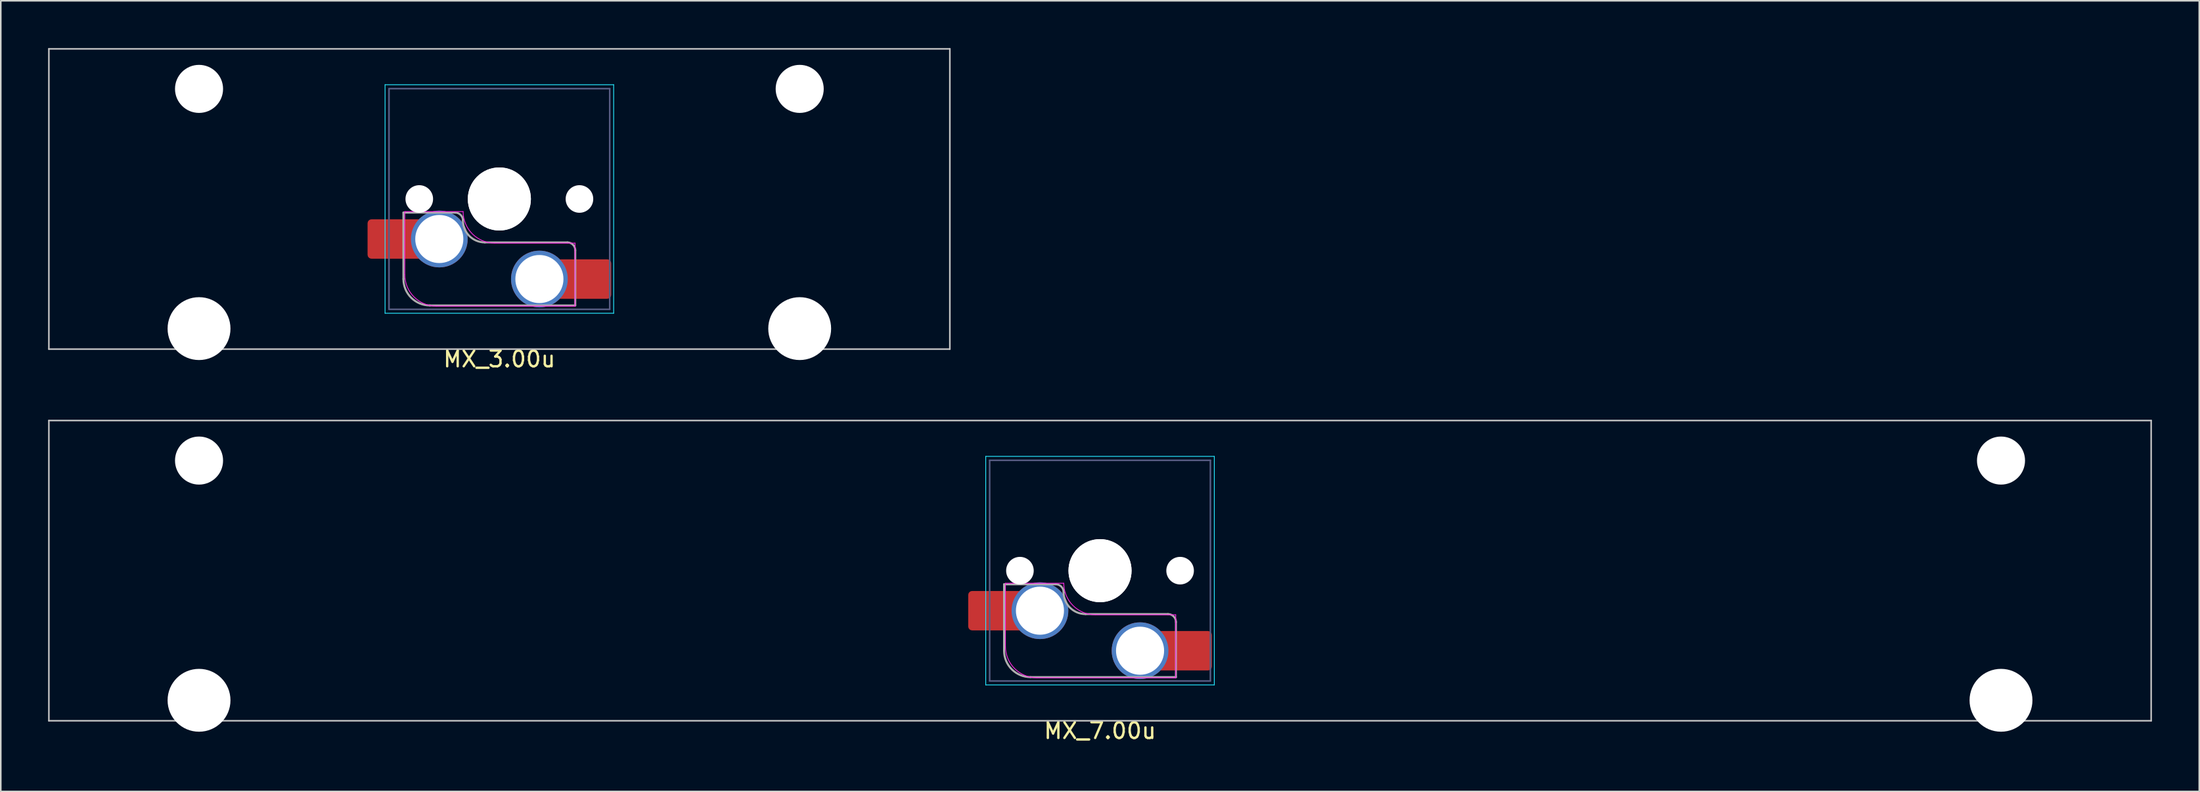
<source format=kicad_pcb>
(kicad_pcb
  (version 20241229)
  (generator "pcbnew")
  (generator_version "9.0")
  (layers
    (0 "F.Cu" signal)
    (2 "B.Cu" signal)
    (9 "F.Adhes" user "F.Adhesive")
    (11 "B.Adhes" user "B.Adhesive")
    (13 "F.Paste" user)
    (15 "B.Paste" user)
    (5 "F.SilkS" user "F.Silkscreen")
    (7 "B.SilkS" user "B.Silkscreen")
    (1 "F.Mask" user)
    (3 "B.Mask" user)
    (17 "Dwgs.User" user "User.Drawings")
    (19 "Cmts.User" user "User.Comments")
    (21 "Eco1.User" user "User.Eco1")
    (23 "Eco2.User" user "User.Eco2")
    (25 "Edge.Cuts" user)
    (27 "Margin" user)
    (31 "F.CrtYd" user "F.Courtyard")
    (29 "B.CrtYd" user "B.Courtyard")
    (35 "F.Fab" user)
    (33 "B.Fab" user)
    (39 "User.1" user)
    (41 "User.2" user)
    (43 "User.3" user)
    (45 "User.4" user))
  (footprint "MX_7.00u"
    (layer "F.Cu")
    (at 66.09 36.968)
    (property "Reference" "MX_7.00u" (at 0.635 6.35 0) (layer "F.SilkS") (effects (font (size 1 1) (thickness 0.15))))
    (attr smd)
    (fp_line (start -66.04 -13.335) (end -66.04 5.715) (stroke (width 0.1) (type solid)) (layer "Dwgs.User"))
    (fp_line (start -66.04 5.715) (end 67.31 5.715) (stroke (width 0.1) (type solid)) (layer "Dwgs.User"))
    (fp_line (start 67.31 -13.335) (end -66.04 -13.335) (stroke (width 0.1) (type solid)) (layer "Dwgs.User"))
    (fp_line (start 67.31 5.715) (end 67.31 -13.335) (stroke (width 0.1) (type solid)) (layer "Dwgs.User"))
    (fp_line (start -59.89 -9.34) (end -59.89 2.96) (stroke (width 0.1) (type solid)) (layer "Eco1.User"))
    (fp_line (start -59.89 2.96) (end -53.14 2.96) (stroke (width 0.1) (type solid)) (layer "Eco1.User"))
    (fp_line (start -53.14 -9.34) (end -59.89 -9.34) (stroke (width 0.1) (type solid)) (layer "Eco1.User"))
    (fp_line (start -53.14 2.96) (end -53.14 -9.34) (stroke (width 0.1) (type solid)) (layer "Eco1.User"))
    (fp_line (start 54.41 -9.34) (end 54.41 2.96) (stroke (width 0.1) (type solid)) (layer "Eco1.User"))
    (fp_line (start 54.41 2.96) (end 61.16 2.96) (stroke (width 0.1) (type solid)) (layer "Eco1.User"))
    (fp_line (start 61.16 -9.34) (end 54.41 -9.34) (stroke (width 0.1) (type solid)) (layer "Eco1.User"))
    (fp_line (start 61.16 2.96) (end 61.16 -9.34) (stroke (width 0.1) (type solid)) (layer "Eco1.User"))
    (fp_line (start -6.615 -11.06) (end -6.615 3.44) (stroke (width 0.05) (type solid)) (layer "B.CrtYd"))
    (fp_line (start -6.615 3.44) (end 7.885 3.44) (stroke (width 0.05) (type solid)) (layer "B.CrtYd"))
    (fp_line (start 7.885 -11.06) (end -6.615 -11.06) (stroke (width 0.05) (type solid)) (layer "B.CrtYd"))
    (fp_line (start 7.885 3.44) (end 7.885 -11.06) (stroke (width 0.05) (type solid)) (layer "B.CrtYd"))
    (fp_line (start -5.365 0.99) (end -5.365 -3.01) (stroke (width 0.05) (type solid)) (layer "F.CrtYd"))
    (fp_line (start -1.665 -3.01) (end -5.365 -3.01) (stroke (width 0.05) (type solid)) (layer "F.CrtYd"))
    (fp_line (start 5.435 -1.01) (end 0.335 -1.01) (stroke (width 0.05) (type solid)) (layer "F.CrtYd"))
    (fp_line (start 5.435 -1.01) (end 5.435 2.99) (stroke (width 0.05) (type solid)) (layer "F.CrtYd"))
    (fp_line (start 5.435 2.99) (end -3.365 2.99) (stroke (width 0.05) (type solid)) (layer "F.CrtYd"))
    (fp_arc (start -3.365 2.99) (mid -4.779214 2.404214) (end -5.365 0.99) (stroke (width 0.05) (type solid)) (layer "F.CrtYd"))
    (fp_arc (start 0.335 -1.01) (mid -1.079214 -1.595786) (end -1.665 -3.01) (stroke (width 0.05) (type solid)) (layer "F.CrtYd"))
    (fp_line (start -6.365 -10.81) (end -6.365 3.19) (stroke (width 0.1) (type solid)) (layer "B.Fab"))
    (fp_line (start -6.365 3.19) (end 7.635 3.19) (stroke (width 0.1) (type solid)) (layer "B.Fab"))
    (fp_line (start 7.635 -10.81) (end -6.365 -10.81) (stroke (width 0.1) (type solid)) (layer "B.Fab"))
    (fp_line (start 7.635 3.19) (end 7.635 -10.81) (stroke (width 0.1) (type solid)) (layer "B.Fab"))
    (fp_line (start -5.45 -2.945) (end -2.175 -2.945) (stroke (width 0.127) (type solid)) (layer "F.Fab"))
    (fp_line (start -5.45 1.27) (end -5.45 -2.945) (stroke (width 0.127) (type solid)) (layer "F.Fab"))
    (fp_line (start -0.285 -1.055) (end 4.95 -1.055) (stroke (width 0.127) (type solid)) (layer "F.Fab"))
    (fp_line (start 5.45 -0.555) (end 5.45 2.945) (stroke (width 0.127) (type solid)) (layer "F.Fab"))
    (fp_line (start 5.45 2.945) (end -3.775 2.945) (stroke (width 0.127) (type solid)) (layer "F.Fab"))
    (fp_arc (start -3.775 2.945) (mid -4.959404 2.454404) (end -5.45 1.27) (stroke (width 0.127) (type solid)) (layer "F.Fab"))
    (fp_arc (start -2.175 -2.945) (mid -1.821447 -2.798553) (end -1.675 -2.445) (stroke (width 0.127) (type solid)) (layer "F.Fab"))
    (fp_arc (start -0.285 -1.055) (mid -1.267878 -1.462122) (end -1.675 -2.445) (stroke (width 0.127) (type solid)) (layer "F.Fab"))
    (fp_arc (start 4.95 -1.055) (mid 5.303553 -0.908553) (end 5.45 -0.555) (stroke (width 0.127) (type solid)) (layer "F.Fab"))
    (pad "" np_thru_hole circle (at -56.515 -10.795) (size 3.048 3.048) (drill 3.048) (layers "*.Cu" "*.Mask"))
    (pad "" np_thru_hole circle (at -56.515 4.415) (size 3.988 3.988) (drill 3.988) (layers "*.Cu" "*.Mask"))
    (pad "" np_thru_hole circle (at -4.445 -3.81 180) (size 1.75 1.75) (drill 1.75) (layers "*.Cu" "*.Mask"))
    (pad "" np_thru_hole circle (at 0.635 -3.81 180) (size 4 4) (drill 4) (layers "*.Cu" "*.Mask"))
    (pad "" np_thru_hole circle (at 0.635 -3.81 180) (size 4 4) (drill 4) (layers "*.Cu" "*.Mask"))
    (pad "" np_thru_hole circle (at 5.715 -3.81 180) (size 1.75 1.75) (drill 1.75) (layers "*.Cu" "*.Mask"))
    (pad "" np_thru_hole circle (at 57.785 -10.795) (size 3.048 3.048) (drill 3.048) (layers "*.Cu" "*.Mask"))
    (pad "" np_thru_hole circle (at 57.785 4.415) (size 3.988 3.988) (drill 3.988) (layers "*.Cu" "*.Mask"))
    (pad "1" smd roundrect (at -5.95 -1.27 180) (size 3.55 2.5) (layers "F.Cu") (roundrect_rratio 0.1))
    (pad "1" thru_hole circle (at -3.175 -1.27 180) (size 3.6 3.6) (drill 3.05) (layers "*.Cu" "*.Mask"))
    (pad "2" thru_hole circle (at 3.175 1.27 180) (size 3.6 3.6) (drill 3.05) (layers "*.Cu" "*.Mask"))
    (pad "2" smd roundrect (at 5.955 1.27 180) (size 3.55 2.5) (layers "F.Cu") (roundrect_rratio 0.1)))
  (footprint "MX_3.00u"
    (layer "F.Cu")
    (at 27.99 13.385)
    (property "Reference" "MX_3.00u" (at 0.635 6.35 0) (layer "F.SilkS") (effects (font (size 1 1) (thickness 0.15))))
    (attr smd)
    (fp_line (start -27.94 -13.335) (end -27.94 5.715) (stroke (width 0.1) (type solid)) (layer "Dwgs.User"))
    (fp_line (start -27.94 5.715) (end 29.21 5.715) (stroke (width 0.1) (type solid)) (layer "Dwgs.User"))
    (fp_line (start 29.21 -13.335) (end -27.94 -13.335) (stroke (width 0.1) (type solid)) (layer "Dwgs.User"))
    (fp_line (start 29.21 5.715) (end 29.21 -13.335) (stroke (width 0.1) (type solid)) (layer "Dwgs.User"))
    (fp_line (start -21.79 -9.34) (end -21.79 2.96) (stroke (width 0.1) (type solid)) (layer "Eco1.User"))
    (fp_line (start -21.79 2.96) (end -15.04 2.96) (stroke (width 0.1) (type solid)) (layer "Eco1.User"))
    (fp_line (start -15.04 -9.34) (end -21.79 -9.34) (stroke (width 0.1) (type solid)) (layer "Eco1.User"))
    (fp_line (start -15.04 2.96) (end -15.04 -9.34) (stroke (width 0.1) (type solid)) (layer "Eco1.User"))
    (fp_line (start 16.31 -9.34) (end 16.31 2.96) (stroke (width 0.1) (type solid)) (layer "Eco1.User"))
    (fp_line (start 16.31 2.96) (end 23.06 2.96) (stroke (width 0.1) (type solid)) (layer "Eco1.User"))
    (fp_line (start 23.06 -9.34) (end 16.31 -9.34) (stroke (width 0.1) (type solid)) (layer "Eco1.User"))
    (fp_line (start 23.06 2.96) (end 23.06 -9.34) (stroke (width 0.1) (type solid)) (layer "Eco1.User"))
    (fp_line (start -6.615 -11.06) (end -6.615 3.44) (stroke (width 0.05) (type solid)) (layer "B.CrtYd"))
    (fp_line (start -6.615 3.44) (end 7.885 3.44) (stroke (width 0.05) (type solid)) (layer "B.CrtYd"))
    (fp_line (start 7.885 -11.06) (end -6.615 -11.06) (stroke (width 0.05) (type solid)) (layer "B.CrtYd"))
    (fp_line (start 7.885 3.44) (end 7.885 -11.06) (stroke (width 0.05) (type solid)) (layer "B.CrtYd"))
    (fp_line (start -5.365 0.99) (end -5.365 -3.01) (stroke (width 0.05) (type solid)) (layer "F.CrtYd"))
    (fp_line (start -1.665 -3.01) (end -5.365 -3.01) (stroke (width 0.05) (type solid)) (layer "F.CrtYd"))
    (fp_line (start 5.435 -1.01) (end 0.335 -1.01) (stroke (width 0.05) (type solid)) (layer "F.CrtYd"))
    (fp_line (start 5.435 -1.01) (end 5.435 2.99) (stroke (width 0.05) (type solid)) (layer "F.CrtYd"))
    (fp_line (start 5.435 2.99) (end -3.365 2.99) (stroke (width 0.05) (type solid)) (layer "F.CrtYd"))
    (fp_arc (start -3.365 2.99) (mid -4.779214 2.404214) (end -5.365 0.99) (stroke (width 0.05) (type solid)) (layer "F.CrtYd"))
    (fp_arc (start 0.335 -1.01) (mid -1.079214 -1.595786) (end -1.665 -3.01) (stroke (width 0.05) (type solid)) (layer "F.CrtYd"))
    (fp_line (start -6.365 -10.81) (end -6.365 3.19) (stroke (width 0.1) (type solid)) (layer "B.Fab"))
    (fp_line (start -6.365 3.19) (end 7.635 3.19) (stroke (width 0.1) (type solid)) (layer "B.Fab"))
    (fp_line (start 7.635 -10.81) (end -6.365 -10.81) (stroke (width 0.1) (type solid)) (layer "B.Fab"))
    (fp_line (start 7.635 3.19) (end 7.635 -10.81) (stroke (width 0.1) (type solid)) (layer "B.Fab"))
    (fp_line (start -5.45 -2.945) (end -2.175 -2.945) (stroke (width 0.127) (type solid)) (layer "F.Fab"))
    (fp_line (start -5.45 1.27) (end -5.45 -2.945) (stroke (width 0.127) (type solid)) (layer "F.Fab"))
    (fp_line (start -0.285 -1.055) (end 4.95 -1.055) (stroke (width 0.127) (type solid)) (layer "F.Fab"))
    (fp_line (start 5.45 -0.555) (end 5.45 2.945) (stroke (width 0.127) (type solid)) (layer "F.Fab"))
    (fp_line (start 5.45 2.945) (end -3.775 2.945) (stroke (width 0.127) (type solid)) (layer "F.Fab"))
    (fp_arc (start -3.775 2.945) (mid -4.959404 2.454404) (end -5.45 1.27) (stroke (width 0.127) (type solid)) (layer "F.Fab"))
    (fp_arc (start -2.175 -2.945) (mid -1.821447 -2.798553) (end -1.675 -2.445) (stroke (width 0.127) (type solid)) (layer "F.Fab"))
    (fp_arc (start -0.285 -1.055) (mid -1.267878 -1.462122) (end -1.675 -2.445) (stroke (width 0.127) (type solid)) (layer "F.Fab"))
    (fp_arc (start 4.95 -1.055) (mid 5.303553 -0.908553) (end 5.45 -0.555) (stroke (width 0.127) (type solid)) (layer "F.Fab"))
    (pad "" np_thru_hole circle (at -18.415 -10.795) (size 3.048 3.048) (drill 3.048) (layers "*.Cu" "*.Mask"))
    (pad "" np_thru_hole circle (at -18.415 4.415) (size 3.988 3.988) (drill 3.988) (layers "*.Cu" "*.Mask"))
    (pad "" np_thru_hole circle (at -4.445 -3.81 180) (size 1.75 1.75) (drill 1.75) (layers "*.Cu" "*.Mask"))
    (pad "" np_thru_hole circle (at 0.635 -3.81 180) (size 4 4) (drill 4) (layers "*.Cu" "*.Mask"))
    (pad "" np_thru_hole circle (at 0.635 -3.81 180) (size 4 4) (drill 4) (layers "*.Cu" "*.Mask"))
    (pad "" np_thru_hole circle (at 5.715 -3.81 180) (size 1.75 1.75) (drill 1.75) (layers "*.Cu" "*.Mask"))
    (pad "" np_thru_hole circle (at 19.685 -10.795) (size 3.048 3.048) (drill 3.048) (layers "*.Cu" "*.Mask"))
    (pad "" np_thru_hole circle (at 19.685 4.415) (size 3.988 3.988) (drill 3.988) (layers "*.Cu" "*.Mask"))
    (pad "1" smd roundrect (at -5.95 -1.27 180) (size 3.55 2.5) (layers "F.Cu") (roundrect_rratio 0.1))
    (pad "1" thru_hole circle (at -3.175 -1.27 180) (size 3.6 3.6) (drill 3.05) (layers "*.Cu" "*.Mask"))
    (pad "2" thru_hole circle (at 3.175 1.27 180) (size 3.6 3.6) (drill 3.05) (layers "*.Cu" "*.Mask"))
    (pad "2" smd roundrect (at 5.955 1.27 180) (size 3.55 2.5) (layers "F.Cu") (roundrect_rratio 0.1)))
  (gr_rect
    (start -3 -3)
    (end 136.45 47.166)
    (stroke (width 0.1) (type default))
    (fill no)
    (layer "Edge.Cuts")))
</source>
